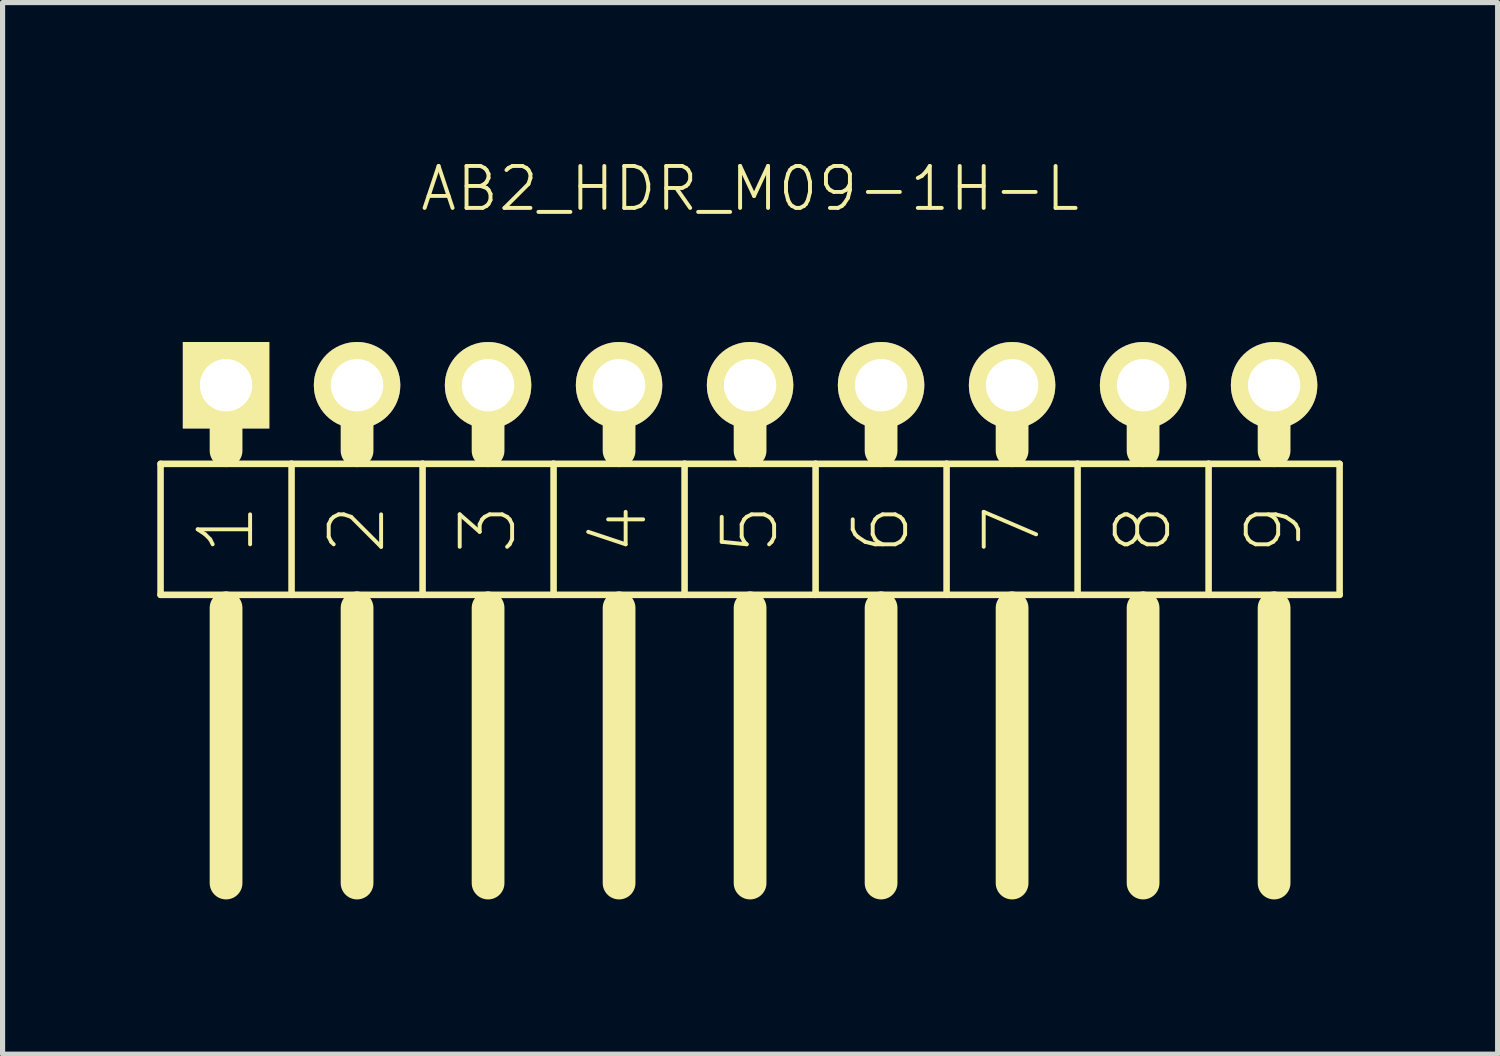
<source format=kicad_pcb>
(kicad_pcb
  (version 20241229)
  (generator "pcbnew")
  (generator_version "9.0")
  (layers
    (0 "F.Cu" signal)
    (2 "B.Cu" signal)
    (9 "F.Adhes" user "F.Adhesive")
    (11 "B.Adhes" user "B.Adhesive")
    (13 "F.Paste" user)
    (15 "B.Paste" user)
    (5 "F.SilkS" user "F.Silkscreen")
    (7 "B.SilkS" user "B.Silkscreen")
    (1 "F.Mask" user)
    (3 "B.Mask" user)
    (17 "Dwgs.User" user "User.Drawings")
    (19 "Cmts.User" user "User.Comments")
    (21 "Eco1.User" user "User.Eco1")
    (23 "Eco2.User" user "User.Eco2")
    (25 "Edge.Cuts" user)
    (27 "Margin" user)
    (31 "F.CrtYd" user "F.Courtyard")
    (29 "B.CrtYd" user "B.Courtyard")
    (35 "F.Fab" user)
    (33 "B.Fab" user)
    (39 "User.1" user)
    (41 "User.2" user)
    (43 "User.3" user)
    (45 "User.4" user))
  (footprint "AB2_HDR_M09-1H-L"
    (layer "F.Cu")
    (at 11.493 4.419)
    (property "Reference" "AB2_HDR_M09-1H-L" (at 0 -3.81 0) (layer "F.SilkS") (effects (font (size 0.813 0.813) (thickness 0.076))))
    (attr through_hole)
    (fp_line (start -11.43 1.524) (end -11.43 4.064) (stroke (width 0.127) (type solid)) (layer "F.SilkS"))
    (fp_line (start -11.43 4.064) (end -10.16 4.064) (stroke (width 0.127) (type solid)) (layer "F.SilkS"))
    (fp_line (start -10.16 0) (end -10.16 1.27) (stroke (width 0.635) (type solid)) (layer "F.SilkS"))
    (fp_line (start -10.16 1.524) (end -11.43 1.524) (stroke (width 0.127) (type solid)) (layer "F.SilkS"))
    (fp_line (start -10.16 4.064) (end -8.89 4.064) (stroke (width 0.127) (type solid)) (layer "F.SilkS"))
    (fp_line (start -10.16 4.318) (end -10.16 9.652) (stroke (width 0.635) (type solid)) (layer "F.SilkS"))
    (fp_line (start -8.89 1.524) (end -10.16 1.524) (stroke (width 0.127) (type solid)) (layer "F.SilkS"))
    (fp_line (start -8.89 4.064) (end -8.89 1.524) (stroke (width 0.127) (type solid)) (layer "F.SilkS"))
    (fp_line (start -8.89 4.064) (end -7.62 4.064) (stroke (width 0.127) (type solid)) (layer "F.SilkS"))
    (fp_line (start -7.62 0) (end -7.62 1.27) (stroke (width 0.635) (type solid)) (layer "F.SilkS"))
    (fp_line (start -7.62 1.524) (end -8.89 1.524) (stroke (width 0.127) (type solid)) (layer "F.SilkS"))
    (fp_line (start -7.62 4.064) (end -6.35 4.064) (stroke (width 0.127) (type solid)) (layer "F.SilkS"))
    (fp_line (start -7.62 4.318) (end -7.62 9.652) (stroke (width 0.635) (type solid)) (layer "F.SilkS"))
    (fp_line (start -6.35 1.524) (end -7.62 1.524) (stroke (width 0.127) (type solid)) (layer "F.SilkS"))
    (fp_line (start -6.35 4.064) (end -6.35 1.524) (stroke (width 0.127) (type solid)) (layer "F.SilkS"))
    (fp_line (start -6.35 4.064) (end -5.08 4.064) (stroke (width 0.127) (type solid)) (layer "F.SilkS"))
    (fp_line (start -5.08 0) (end -5.08 1.27) (stroke (width 0.635) (type solid)) (layer "F.SilkS"))
    (fp_line (start -5.08 1.524) (end -6.35 1.524) (stroke (width 0.127) (type solid)) (layer "F.SilkS"))
    (fp_line (start -5.08 4.064) (end -3.81 4.064) (stroke (width 0.127) (type solid)) (layer "F.SilkS"))
    (fp_line (start -5.08 4.318) (end -5.08 9.652) (stroke (width 0.635) (type solid)) (layer "F.SilkS"))
    (fp_line (start -3.81 1.524) (end -5.08 1.524) (stroke (width 0.127) (type solid)) (layer "F.SilkS"))
    (fp_line (start -3.81 4.064) (end -3.81 1.524) (stroke (width 0.127) (type solid)) (layer "F.SilkS"))
    (fp_line (start -3.81 4.064) (end -2.54 4.064) (stroke (width 0.127) (type solid)) (layer "F.SilkS"))
    (fp_line (start -2.54 0) (end -2.54 1.27) (stroke (width 0.635) (type solid)) (layer "F.SilkS"))
    (fp_line (start -2.54 1.524) (end -3.81 1.524) (stroke (width 0.127) (type solid)) (layer "F.SilkS"))
    (fp_line (start -2.54 4.064) (end -1.27 4.064) (stroke (width 0.127) (type solid)) (layer "F.SilkS"))
    (fp_line (start -2.54 4.318) (end -2.54 9.652) (stroke (width 0.635) (type solid)) (layer "F.SilkS"))
    (fp_line (start -1.27 1.524) (end -2.54 1.524) (stroke (width 0.127) (type solid)) (layer "F.SilkS"))
    (fp_line (start -1.27 4.064) (end -1.27 1.524) (stroke (width 0.127) (type solid)) (layer "F.SilkS"))
    (fp_line (start -1.27 4.064) (end 0 4.064) (stroke (width 0.127) (type solid)) (layer "F.SilkS"))
    (fp_line (start 0 0) (end 0 1.27) (stroke (width 0.635) (type solid)) (layer "F.SilkS"))
    (fp_line (start 0 1.524) (end -1.27 1.524) (stroke (width 0.127) (type solid)) (layer "F.SilkS"))
    (fp_line (start 0 4.064) (end 1.27 4.064) (stroke (width 0.127) (type solid)) (layer "F.SilkS"))
    (fp_line (start 0 4.318) (end 0 9.652) (stroke (width 0.635) (type solid)) (layer "F.SilkS"))
    (fp_line (start 1.27 1.524) (end 0 1.524) (stroke (width 0.127) (type solid)) (layer "F.SilkS"))
    (fp_line (start 1.27 4.064) (end 1.27 1.524) (stroke (width 0.127) (type solid)) (layer "F.SilkS"))
    (fp_line (start 1.27 4.064) (end 2.54 4.064) (stroke (width 0.127) (type solid)) (layer "F.SilkS"))
    (fp_line (start 2.54 0) (end 2.54 1.27) (stroke (width 0.635) (type solid)) (layer "F.SilkS"))
    (fp_line (start 2.54 1.524) (end 1.27 1.524) (stroke (width 0.127) (type solid)) (layer "F.SilkS"))
    (fp_line (start 2.54 4.064) (end 3.81 4.064) (stroke (width 0.127) (type solid)) (layer "F.SilkS"))
    (fp_line (start 2.54 4.318) (end 2.54 9.652) (stroke (width 0.635) (type solid)) (layer "F.SilkS"))
    (fp_line (start 3.81 1.524) (end 2.54 1.524) (stroke (width 0.127) (type solid)) (layer "F.SilkS"))
    (fp_line (start 3.81 4.064) (end 3.81 1.524) (stroke (width 0.127) (type solid)) (layer "F.SilkS"))
    (fp_line (start 3.81 4.064) (end 5.08 4.064) (stroke (width 0.127) (type solid)) (layer "F.SilkS"))
    (fp_line (start 5.08 0) (end 5.08 1.27) (stroke (width 0.635) (type solid)) (layer "F.SilkS"))
    (fp_line (start 5.08 1.524) (end 3.81 1.524) (stroke (width 0.127) (type solid)) (layer "F.SilkS"))
    (fp_line (start 5.08 4.064) (end 6.35 4.064) (stroke (width 0.127) (type solid)) (layer "F.SilkS"))
    (fp_line (start 5.08 4.318) (end 5.08 9.652) (stroke (width 0.635) (type solid)) (layer "F.SilkS"))
    (fp_line (start 6.35 1.524) (end 5.08 1.524) (stroke (width 0.127) (type solid)) (layer "F.SilkS"))
    (fp_line (start 6.35 4.064) (end 6.35 1.524) (stroke (width 0.127) (type solid)) (layer "F.SilkS"))
    (fp_line (start 6.35 4.064) (end 7.62 4.064) (stroke (width 0.127) (type solid)) (layer "F.SilkS"))
    (fp_line (start 7.62 0) (end 7.62 1.27) (stroke (width 0.635) (type solid)) (layer "F.SilkS"))
    (fp_line (start 7.62 1.524) (end 6.35 1.524) (stroke (width 0.127) (type solid)) (layer "F.SilkS"))
    (fp_line (start 7.62 4.064) (end 8.89 4.064) (stroke (width 0.127) (type solid)) (layer "F.SilkS"))
    (fp_line (start 7.62 4.318) (end 7.62 9.652) (stroke (width 0.635) (type solid)) (layer "F.SilkS"))
    (fp_line (start 8.89 1.524) (end 7.62 1.524) (stroke (width 0.127) (type solid)) (layer "F.SilkS"))
    (fp_line (start 8.89 4.064) (end 8.89 1.524) (stroke (width 0.127) (type solid)) (layer "F.SilkS"))
    (fp_line (start 8.89 4.064) (end 10.16 4.064) (stroke (width 0.127) (type solid)) (layer "F.SilkS"))
    (fp_line (start 10.16 0) (end 10.16 1.27) (stroke (width 0.635) (type solid)) (layer "F.SilkS"))
    (fp_line (start 10.16 1.524) (end 8.89 1.524) (stroke (width 0.127) (type solid)) (layer "F.SilkS"))
    (fp_line (start 10.16 4.064) (end 11.43 4.064) (stroke (width 0.127) (type solid)) (layer "F.SilkS"))
    (fp_line (start 10.16 4.318) (end 10.16 9.652) (stroke (width 0.635) (type solid)) (layer "F.SilkS"))
    (fp_line (start 11.43 1.524) (end 10.16 1.524) (stroke (width 0.127) (type solid)) (layer "F.SilkS"))
    (fp_line (start 11.43 4.064) (end 11.43 1.524) (stroke (width 0.127) (type solid)) (layer "F.SilkS"))
    (fp_text user "6" (at 2.54 2.794 90) (layer "F.SilkS") (effects (font (size 1.016 1.016) (thickness 0.076))))
    (fp_text user "8" (at 7.62 2.794 90) (layer "F.SilkS") (effects (font (size 1.016 1.016) (thickness 0.076))))
    (fp_text user "5" (at 0 2.794 90) (layer "F.SilkS") (effects (font (size 1.016 1.016) (thickness 0.076))))
    (fp_text user "9" (at 10.16 2.794 90) (layer "F.SilkS") (effects (font (size 1.016 1.016) (thickness 0.076))))
    (fp_text user "1" (at -10.16 2.794 90) (layer "F.SilkS") (effects (font (size 1.016 1.016) (thickness 0.076))))
    (fp_text user "3" (at -5.08 2.794 90) (layer "F.SilkS") (effects (font (size 1.016 1.016) (thickness 0.076))))
    (fp_text user "7" (at 5.08 2.794 90) (layer "F.SilkS") (effects (font (size 1.016 1.016) (thickness 0.076))))
    (fp_text user "2" (at -7.62 2.794 90) (layer "F.SilkS") (effects (font (size 1.016 1.016) (thickness 0.076))))
    (fp_text user "4" (at -2.54 2.794 90) (layer "F.SilkS") (effects (font (size 1.016 1.016) (thickness 0.076))))
    (pad "1" thru_hole rect (at -10.16 0) (size 1.676 1.676) (drill 1.016) (layers "*.Cu" "*.Mask" "F.SilkS"))
    (pad "2" thru_hole circle (at -7.62 0) (size 1.676 1.676) (drill 1.016) (layers "*.Cu" "*.Mask" "F.SilkS"))
    (pad "3" thru_hole circle (at -5.08 0) (size 1.676 1.676) (drill 1.016) (layers "*.Cu" "*.Mask" "F.SilkS"))
    (pad "4" thru_hole circle (at -2.54 0) (size 1.676 1.676) (drill 1.016) (layers "*.Cu" "*.Mask" "F.SilkS"))
    (pad "5" thru_hole circle (at 0 0) (size 1.676 1.676) (drill 1.016) (layers "*.Cu" "*.Mask" "F.SilkS"))
    (pad "6" thru_hole circle (at 2.54 0) (size 1.676 1.676) (drill 1.016) (layers "*.Cu" "*.Mask" "F.SilkS"))
    (pad "7" thru_hole circle (at 5.08 0) (size 1.676 1.676) (drill 1.016) (layers "*.Cu" "*.Mask" "F.SilkS"))
    (pad "8" thru_hole circle (at 7.62 0) (size 1.676 1.676) (drill 1.016) (layers "*.Cu" "*.Mask" "F.SilkS"))
    (pad "9" thru_hole circle (at 10.16 0) (size 1.676 1.676) (drill 1.016) (layers "*.Cu" "*.Mask" "F.SilkS")))
  (gr_rect
    (start -3 -3)
    (end 25.987 17.389)
    (stroke (width 0.1) (type default))
    (fill no)
    (layer "Edge.Cuts")))
</source>
